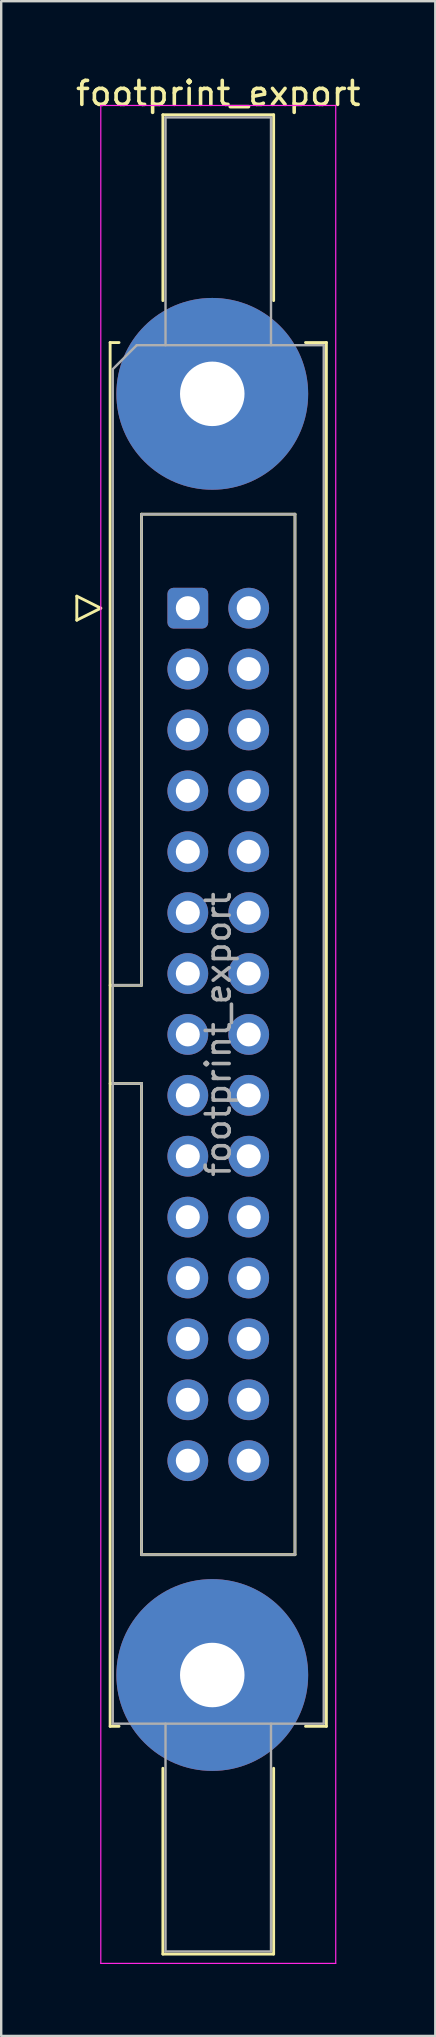
<source format=kicad_pcb>
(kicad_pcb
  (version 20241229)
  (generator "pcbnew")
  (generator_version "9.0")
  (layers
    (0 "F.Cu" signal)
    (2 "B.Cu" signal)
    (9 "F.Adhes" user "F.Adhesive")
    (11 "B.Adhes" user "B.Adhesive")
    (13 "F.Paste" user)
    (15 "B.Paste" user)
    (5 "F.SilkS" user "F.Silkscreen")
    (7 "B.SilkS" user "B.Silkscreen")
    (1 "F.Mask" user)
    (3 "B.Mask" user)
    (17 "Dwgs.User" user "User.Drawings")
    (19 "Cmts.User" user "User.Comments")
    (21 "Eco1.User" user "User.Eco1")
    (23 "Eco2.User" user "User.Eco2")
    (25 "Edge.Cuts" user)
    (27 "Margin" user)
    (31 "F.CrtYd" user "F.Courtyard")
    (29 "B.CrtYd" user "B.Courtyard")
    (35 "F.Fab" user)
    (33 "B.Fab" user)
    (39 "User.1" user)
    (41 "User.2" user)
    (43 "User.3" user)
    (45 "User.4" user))
  (footprint "footprint_export"
    (layer "F.Cu")
    (at 4.784 22.318)
    (property "Reference" "footprint_export" (at 1.27 -21.47 0) (layer "F.SilkS") (effects (font (size 1 1) (thickness 0.15))))
    (attr through_hole)
    (fp_line (start -4.63 -0.5) (end -4.63 0.5) (stroke (width 0.12) (type solid)) (layer "F.SilkS"))
    (fp_line (start -4.63 0.5) (end -3.63 0) (stroke (width 0.12) (type solid)) (layer "F.SilkS"))
    (fp_line (start -3.63 0) (end -4.63 -0.5) (stroke (width 0.12) (type solid)) (layer "F.SilkS"))
    (fp_line (start -3.24 -11.08) (end -3.24 46.64) (stroke (width 0.12) (type solid)) (layer "F.SilkS"))
    (fp_line (start -3.24 15.73) (end -1.93 15.73) (stroke (width 0.12) (type solid)) (layer "F.SilkS"))
    (fp_line (start -3.24 46.64) (end -2.87 46.64) (stroke (width 0.12) (type solid)) (layer "F.SilkS"))
    (fp_line (start -2.87 -11.08) (end -3.24 -11.08) (stroke (width 0.12) (type solid)) (layer "F.SilkS"))
    (fp_line (start -1.93 -3.92) (end 4.47 -3.92) (stroke (width 0.12) (type solid)) (layer "F.SilkS"))
    (fp_line (start -1.93 15.73) (end -1.93 -3.92) (stroke (width 0.12) (type solid)) (layer "F.SilkS"))
    (fp_line (start -1.93 19.83) (end -3.24 19.83) (stroke (width 0.12) (type solid)) (layer "F.SilkS"))
    (fp_line (start -1.93 19.83) (end -1.93 19.83) (stroke (width 0.12) (type solid)) (layer "F.SilkS"))
    (fp_line (start -1.93 39.48) (end -1.93 19.83) (stroke (width 0.12) (type solid)) (layer "F.SilkS"))
    (fp_line (start -1.04 -20.58) (end 3.58 -20.58) (stroke (width 0.12) (type solid)) (layer "F.SilkS"))
    (fp_line (start -1.04 -12.83) (end -1.04 -20.58) (stroke (width 0.12) (type solid)) (layer "F.SilkS"))
    (fp_line (start -1.04 48.39) (end -1.04 56.14) (stroke (width 0.12) (type solid)) (layer "F.SilkS"))
    (fp_line (start -1.04 56.14) (end 3.58 56.14) (stroke (width 0.12) (type solid)) (layer "F.SilkS"))
    (fp_line (start 3.58 -20.58) (end 3.58 -12.83) (stroke (width 0.12) (type solid)) (layer "F.SilkS"))
    (fp_line (start 3.58 56.14) (end 3.58 48.39) (stroke (width 0.12) (type solid)) (layer "F.SilkS"))
    (fp_line (start 4.47 -3.92) (end 4.47 39.48) (stroke (width 0.12) (type solid)) (layer "F.SilkS"))
    (fp_line (start 4.47 39.48) (end -1.93 39.48) (stroke (width 0.12) (type solid)) (layer "F.SilkS"))
    (fp_line (start 4.91 -11.08) (end 5.78 -11.08) (stroke (width 0.12) (type solid)) (layer "F.SilkS"))
    (fp_line (start 5.78 -11.08) (end 5.78 46.64) (stroke (width 0.12) (type solid)) (layer "F.SilkS"))
    (fp_line (start 5.78 46.64) (end 4.91 46.64) (stroke (width 0.12) (type solid)) (layer "F.SilkS"))
    (fp_line (start -3.63 -20.97) (end -3.63 56.53) (stroke (width 0.05) (type solid)) (layer "F.CrtYd"))
    (fp_line (start -3.63 56.53) (end 6.17 56.53) (stroke (width 0.05) (type solid)) (layer "F.CrtYd"))
    (fp_line (start 6.17 -20.97) (end -3.63 -20.97) (stroke (width 0.05) (type solid)) (layer "F.CrtYd"))
    (fp_line (start 6.17 56.53) (end 6.17 -20.97) (stroke (width 0.05) (type solid)) (layer "F.CrtYd"))
    (fp_line (start -3.13 -9.97) (end -2.13 -10.97) (stroke (width 0.1) (type solid)) (layer "F.Fab"))
    (fp_line (start -3.13 15.73) (end -1.93 15.73) (stroke (width 0.1) (type solid)) (layer "F.Fab"))
    (fp_line (start -3.13 46.53) (end -3.13 -9.97) (stroke (width 0.1) (type solid)) (layer "F.Fab"))
    (fp_line (start -2.13 -10.97) (end 5.67 -10.97) (stroke (width 0.1) (type solid)) (layer "F.Fab"))
    (fp_line (start -1.93 -3.92) (end 4.47 -3.92) (stroke (width 0.1) (type solid)) (layer "F.Fab"))
    (fp_line (start -1.93 15.73) (end -1.93 -3.92) (stroke (width 0.1) (type solid)) (layer "F.Fab"))
    (fp_line (start -1.93 19.83) (end -3.13 19.83) (stroke (width 0.1) (type solid)) (layer "F.Fab"))
    (fp_line (start -1.93 19.83) (end -1.93 19.83) (stroke (width 0.1) (type solid)) (layer "F.Fab"))
    (fp_line (start -1.93 39.48) (end -1.93 19.83) (stroke (width 0.1) (type solid)) (layer "F.Fab"))
    (fp_line (start -0.93 -20.47) (end 3.47 -20.47) (stroke (width 0.1) (type solid)) (layer "F.Fab"))
    (fp_line (start -0.93 -10.97) (end -0.93 -20.47) (stroke (width 0.1) (type solid)) (layer "F.Fab"))
    (fp_line (start -0.93 46.53) (end -0.93 56.03) (stroke (width 0.1) (type solid)) (layer "F.Fab"))
    (fp_line (start -0.93 56.03) (end 3.47 56.03) (stroke (width 0.1) (type solid)) (layer "F.Fab"))
    (fp_line (start 3.47 -20.47) (end 3.47 -10.97) (stroke (width 0.1) (type solid)) (layer "F.Fab"))
    (fp_line (start 3.47 56.03) (end 3.47 46.53) (stroke (width 0.1) (type solid)) (layer "F.Fab"))
    (fp_line (start 4.47 -3.92) (end 4.47 39.48) (stroke (width 0.1) (type solid)) (layer "F.Fab"))
    (fp_line (start 4.47 39.48) (end -1.93 39.48) (stroke (width 0.1) (type solid)) (layer "F.Fab"))
    (fp_line (start 5.67 -10.97) (end 5.67 46.53) (stroke (width 0.1) (type solid)) (layer "F.Fab"))
    (fp_line (start 5.67 46.53) (end -3.13 46.53) (stroke (width 0.1) (type solid)) (layer "F.Fab"))
    (fp_text user "${REFERENCE}" (at 1.27 17.78 90) (layer "F.Fab") (effects (font (size 1 1) (thickness 0.15))))
    (pad "1" thru_hole roundrect (at 0 0) (size 1.7 1.7) (drill 1) (layers "*.Cu" "*.Mask") (roundrect_rratio 0.147))
    (pad "2" thru_hole circle (at 2.54 0) (size 1.7 1.7) (drill 1) (layers "*.Cu" "*.Mask"))
    (pad "3" thru_hole circle (at 0 2.54) (size 1.7 1.7) (drill 1) (layers "*.Cu" "*.Mask"))
    (pad "4" thru_hole circle (at 2.54 2.54) (size 1.7 1.7) (drill 1) (layers "*.Cu" "*.Mask"))
    (pad "5" thru_hole circle (at 0 5.08) (size 1.7 1.7) (drill 1) (layers "*.Cu" "*.Mask"))
    (pad "6" thru_hole circle (at 2.54 5.08) (size 1.7 1.7) (drill 1) (layers "*.Cu" "*.Mask"))
    (pad "7" thru_hole circle (at 0 7.62) (size 1.7 1.7) (drill 1) (layers "*.Cu" "*.Mask"))
    (pad "8" thru_hole circle (at 2.54 7.62) (size 1.7 1.7) (drill 1) (layers "*.Cu" "*.Mask"))
    (pad "9" thru_hole circle (at 0 10.16) (size 1.7 1.7) (drill 1) (layers "*.Cu" "*.Mask"))
    (pad "10" thru_hole circle (at 2.54 10.16) (size 1.7 1.7) (drill 1) (layers "*.Cu" "*.Mask"))
    (pad "11" thru_hole circle (at 0 12.7) (size 1.7 1.7) (drill 1) (layers "*.Cu" "*.Mask"))
    (pad "12" thru_hole circle (at 2.54 12.7) (size 1.7 1.7) (drill 1) (layers "*.Cu" "*.Mask"))
    (pad "13" thru_hole circle (at 0 15.24) (size 1.7 1.7) (drill 1) (layers "*.Cu" "*.Mask"))
    (pad "14" thru_hole circle (at 2.54 15.24) (size 1.7 1.7) (drill 1) (layers "*.Cu" "*.Mask"))
    (pad "15" thru_hole circle (at 0 17.78) (size 1.7 1.7) (drill 1) (layers "*.Cu" "*.Mask"))
    (pad "16" thru_hole circle (at 2.54 17.78) (size 1.7 1.7) (drill 1) (layers "*.Cu" "*.Mask"))
    (pad "17" thru_hole circle (at 0 20.32) (size 1.7 1.7) (drill 1) (layers "*.Cu" "*.Mask"))
    (pad "18" thru_hole circle (at 2.54 20.32) (size 1.7 1.7) (drill 1) (layers "*.Cu" "*.Mask"))
    (pad "19" thru_hole circle (at 0 22.86) (size 1.7 1.7) (drill 1) (layers "*.Cu" "*.Mask"))
    (pad "20" thru_hole circle (at 2.54 22.86) (size 1.7 1.7) (drill 1) (layers "*.Cu" "*.Mask"))
    (pad "21" thru_hole circle (at 0 25.4) (size 1.7 1.7) (drill 1) (layers "*.Cu" "*.Mask"))
    (pad "22" thru_hole circle (at 2.54 25.4) (size 1.7 1.7) (drill 1) (layers "*.Cu" "*.Mask"))
    (pad "23" thru_hole circle (at 0 27.94) (size 1.7 1.7) (drill 1) (layers "*.Cu" "*.Mask"))
    (pad "24" thru_hole circle (at 2.54 27.94) (size 1.7 1.7) (drill 1) (layers "*.Cu" "*.Mask"))
    (pad "25" thru_hole circle (at 0 30.48) (size 1.7 1.7) (drill 1) (layers "*.Cu" "*.Mask"))
    (pad "26" thru_hole circle (at 2.54 30.48) (size 1.7 1.7) (drill 1) (layers "*.Cu" "*.Mask"))
    (pad "27" thru_hole circle (at 0 33.02) (size 1.7 1.7) (drill 1) (layers "*.Cu" "*.Mask"))
    (pad "28" thru_hole circle (at 2.54 33.02) (size 1.7 1.7) (drill 1) (layers "*.Cu" "*.Mask"))
    (pad "29" thru_hole circle (at 0 35.56) (size 1.7 1.7) (drill 1) (layers "*.Cu" "*.Mask"))
    (pad "30" thru_hole circle (at 2.54 35.56) (size 1.7 1.7) (drill 1) (layers "*.Cu" "*.Mask"))
    (pad "MP" thru_hole circle (at 1.02 -8.94) (size 8 8) (drill 2.69) (layers "*.Cu" "*.Mask"))
    (pad "MP" thru_hole circle (at 1.02 44.5) (size 8 8) (drill 2.69) (layers "*.Cu" "*.Mask")))
  (gr_rect
    (start -3 -3)
    (end 15.107 81.873)
    (stroke (width 0.1) (type default))
    (fill no)
    (layer "Edge.Cuts")))
</source>
